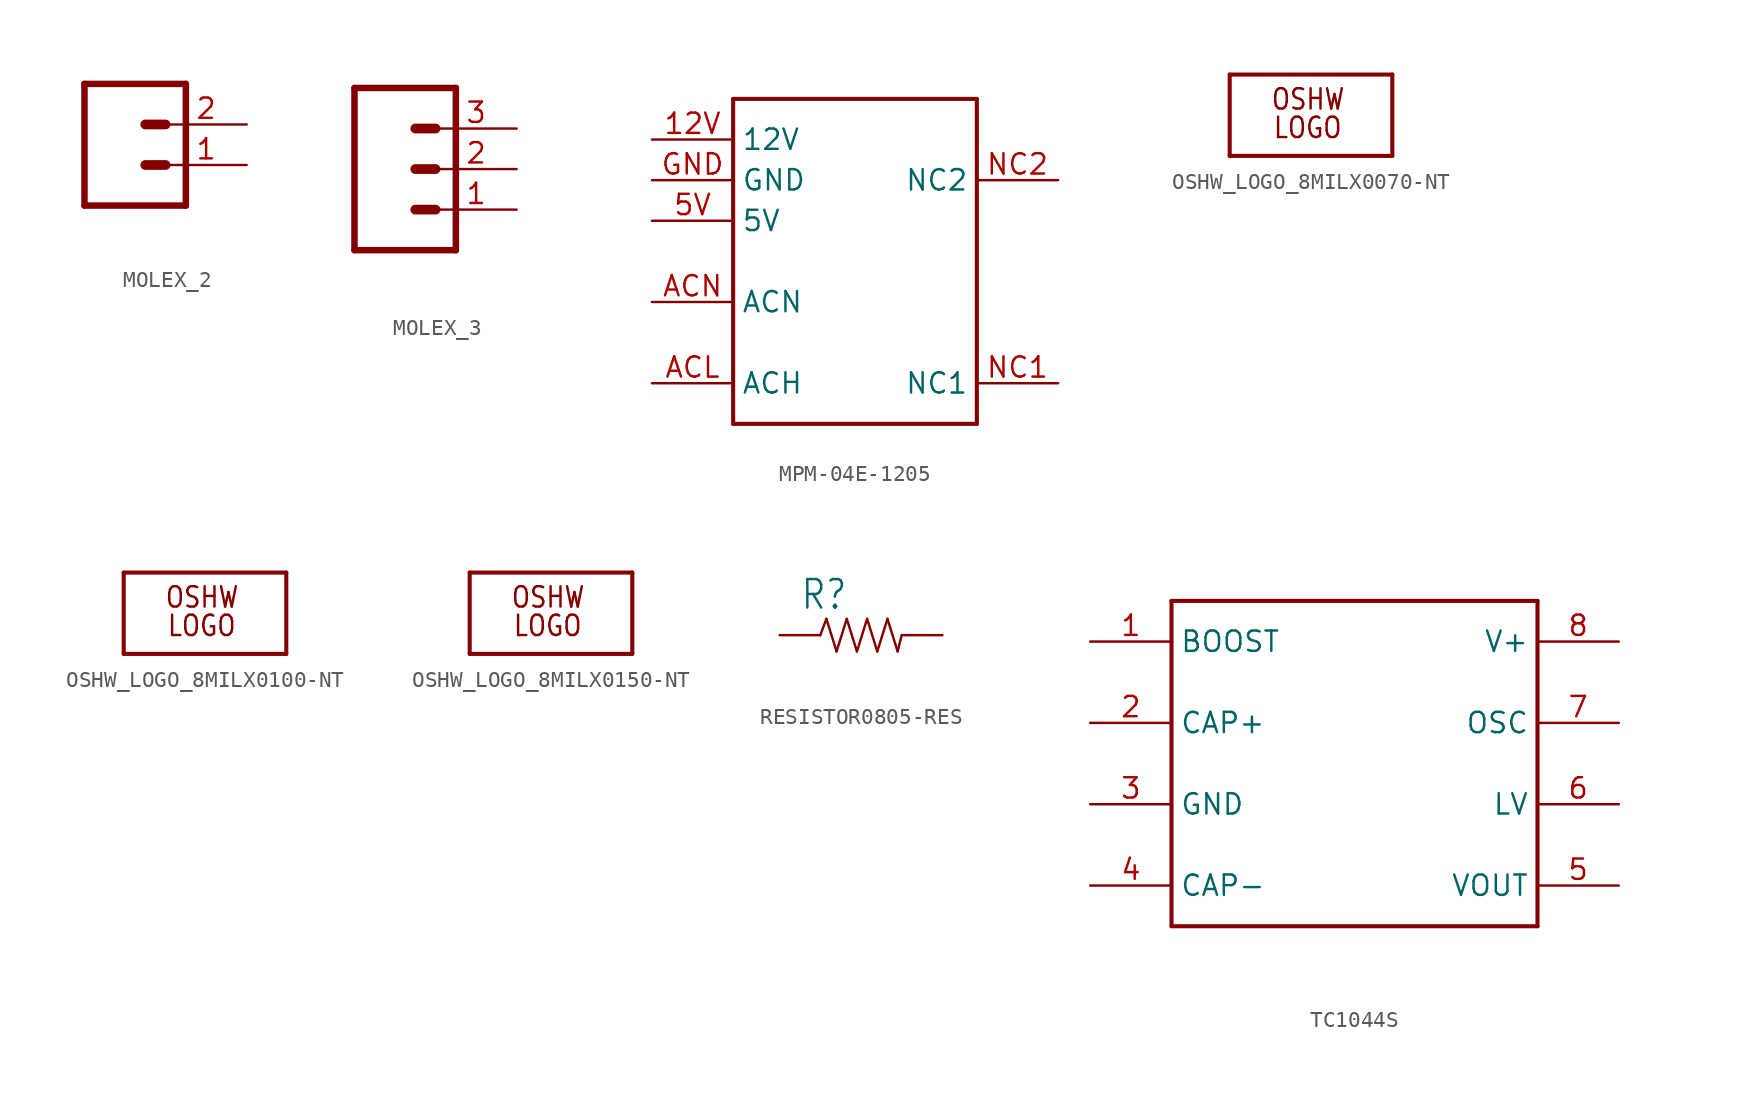
<source format=kicad_sym>
(kicad_symbol_lib
  (version 20220914)
  (generator kicad_symbol_editor)
  (symbol "MOLEX_2"
    (property "Reference" ""
      (at -2.54 5.842 0)
      (effects (font (size 1.778 1.511)) (justify left bottom) hide))
    (property "Value" ""
      (at -2.54 -5.08 0)
      (effects (font (size 1.778 1.511)) (justify left bottom)))
    (property "ki_locked" ""
      (at 0 0 0)
      (effects (font (size 1.27 1.27))))
    (symbol "MOLEX_2_1_0"
      (polyline (pts (xy -2.54 5.08) (xy -2.54 -2.54)) (stroke (width 0.406) (type solid)) (fill (type none)))
      (polyline (pts (xy -2.54 5.08) (xy 3.81 5.08)) (stroke (width 0.406) (type solid)) (fill (type none)))
      (polyline (pts (xy 1.27 0) (xy 2.54 0)) (stroke (width 0.61) (type solid)) (fill (type none)))
      (polyline (pts (xy 1.27 2.54) (xy 2.54 2.54)) (stroke (width 0.61) (type solid)) (fill (type none)))
      (polyline (pts (xy 3.81 -2.54) (xy -2.54 -2.54)) (stroke (width 0.406) (type solid)) (fill (type none)))
      (polyline (pts (xy 3.81 -2.54) (xy 3.81 5.08)) (stroke (width 0.406) (type solid)) (fill (type none)))
      (pin passive line (at 7.62 0 180) (length 5.08) (name "1" (effects (font (size 0 0)))) (number "1" (effects (font (size 1.27 1.27)))))
      (pin passive line (at 7.62 2.54 180) (length 5.08) (name "2" (effects (font (size 0 0)))) (number "2" (effects (font (size 1.27 1.27)))))))
  (symbol "MOLEX_3"
    (property "Reference" ""
      (at -2.54 5.842 0)
      (effects (font (size 1.778 1.511)) (justify left bottom) hide))
    (property "Value" ""
      (at -2.54 -7.62 0)
      (effects (font (size 1.778 1.511)) (justify left bottom)))
    (property "ki_locked" ""
      (at 0 0 0)
      (effects (font (size 1.27 1.27))))
    (symbol "MOLEX_3_1_0"
      (polyline (pts (xy -2.54 5.08) (xy -2.54 -5.08)) (stroke (width 0.406) (type solid)) (fill (type none)))
      (polyline (pts (xy -2.54 5.08) (xy 3.81 5.08)) (stroke (width 0.406) (type solid)) (fill (type none)))
      (polyline (pts (xy 1.27 -2.54) (xy 2.54 -2.54)) (stroke (width 0.61) (type solid)) (fill (type none)))
      (polyline (pts (xy 1.27 0) (xy 2.54 0)) (stroke (width 0.61) (type solid)) (fill (type none)))
      (polyline (pts (xy 1.27 2.54) (xy 2.54 2.54)) (stroke (width 0.61) (type solid)) (fill (type none)))
      (polyline (pts (xy 3.81 -5.08) (xy -2.54 -5.08)) (stroke (width 0.406) (type solid)) (fill (type none)))
      (polyline (pts (xy 3.81 -5.08) (xy 3.81 5.08)) (stroke (width 0.406) (type solid)) (fill (type none)))
      (pin passive line (at 7.62 -2.54 180) (length 5.08) (name "1" (effects (font (size 0 0)))) (number "1" (effects (font (size 1.27 1.27)))))
      (pin passive line (at 7.62 0 180) (length 5.08) (name "2" (effects (font (size 0 0)))) (number "2" (effects (font (size 1.27 1.27)))))
      (pin passive line (at 7.62 2.54 180) (length 5.08) (name "3" (effects (font (size 0 0)))) (number "3" (effects (font (size 1.27 1.27)))))))
  (symbol "MPM-04E-1205"
    (property "Reference" ""
      (at 0 0 0)
      (effects (font (size 1.27 1.27)) hide))
    (property "ki_locked" ""
      (at 0 0 0)
      (effects (font (size 1.27 1.27))))
    (symbol "MPM-04E-1205_1_0"
      (polyline (pts (xy -12.7 -12.7) (xy -12.7 7.62)) (stroke (width 0.254) (type solid)) (fill (type none)))
      (polyline (pts (xy -12.7 7.62) (xy 2.54 7.62)) (stroke (width 0.254) (type solid)) (fill (type none)))
      (polyline (pts (xy 2.54 -12.7) (xy -12.7 -12.7)) (stroke (width 0.254) (type solid)) (fill (type none)))
      (polyline (pts (xy 2.54 7.62) (xy 2.54 -12.7)) (stroke (width 0.254) (type solid)) (fill (type none)))
      (pin bidirectional line (at -17.78 5.08 0) (length 5.08) (name "12V" (effects (font (size 1.27 1.27)))) (number "12V" (effects (font (size 1.27 1.27)))))
      (pin bidirectional line (at -17.78 0 0) (length 5.08) (name "5V" (effects (font (size 1.27 1.27)))) (number "5V" (effects (font (size 1.27 1.27)))))
      (pin bidirectional line (at -17.78 -10.16 0) (length 5.08) (name "ACH" (effects (font (size 1.27 1.27)))) (number "ACL" (effects (font (size 1.27 1.27)))))
      (pin bidirectional line (at -17.78 -5.08 0) (length 5.08) (name "ACN" (effects (font (size 1.27 1.27)))) (number "ACN" (effects (font (size 1.27 1.27)))))
      (pin bidirectional line (at -17.78 2.54 0) (length 5.08) (name "GND" (effects (font (size 1.27 1.27)))) (number "GND" (effects (font (size 1.27 1.27)))))
      (pin bidirectional line (at 7.62 -10.16 180) (length 5.08) (name "NC1" (effects (font (size 1.27 1.27)))) (number "NC1" (effects (font (size 1.27 1.27)))))
      (pin bidirectional line (at 7.62 2.54 180) (length 5.08) (name "NC2" (effects (font (size 1.27 1.27)))) (number "NC2" (effects (font (size 1.27 1.27)))))))
  (symbol "OSHW_LOGO_8MILX0070-NT"
    (property "Reference" "LOGO"
      (at 0 0 0)
      (effects (font (size 1.27 1.27)) hide))
    (property "ki_locked" ""
      (at 0 0 0)
      (effects (font (size 1.27 1.27))))
    (symbol "OSHW_LOGO_8MILX0070-NT_1_0"
      (polyline (pts (xy -5.08 -2.54) (xy -5.08 2.54)) (stroke (width 0.254) (type solid)) (fill (type none)))
      (polyline (pts (xy -5.08 2.54) (xy 5.08 2.54)) (stroke (width 0.254) (type solid)) (fill (type none)))
      (polyline (pts (xy 5.08 -2.54) (xy -5.08 -2.54)) (stroke (width 0.254) (type solid)) (fill (type none)))
      (polyline (pts (xy 5.08 2.54) (xy 5.08 -2.54)) (stroke (width 0.254) (type solid)) (fill (type none)))
      (text "LOGO" (at -2.413 -1.524 0) (effects (font (size 1.27 1.079)) (justify left bottom)))
      (text "OSHW" (at -2.54 0.254 0) (effects (font (size 1.27 1.079)) (justify left bottom)))))
  (symbol "OSHW_LOGO_8MILX0100-NT"
    (property "Reference" "LOGO"
      (at 0 0 0)
      (effects (font (size 1.27 1.27)) hide))
    (property "ki_locked" ""
      (at 0 0 0)
      (effects (font (size 1.27 1.27))))
    (symbol "OSHW_LOGO_8MILX0100-NT_1_0"
      (polyline (pts (xy -5.08 -2.54) (xy -5.08 2.54)) (stroke (width 0.254) (type solid)) (fill (type none)))
      (polyline (pts (xy -5.08 2.54) (xy 5.08 2.54)) (stroke (width 0.254) (type solid)) (fill (type none)))
      (polyline (pts (xy 5.08 -2.54) (xy -5.08 -2.54)) (stroke (width 0.254) (type solid)) (fill (type none)))
      (polyline (pts (xy 5.08 2.54) (xy 5.08 -2.54)) (stroke (width 0.254) (type solid)) (fill (type none)))
      (text "LOGO" (at -2.413 -1.524 0) (effects (font (size 1.27 1.079)) (justify left bottom)))
      (text "OSHW" (at -2.54 0.254 0) (effects (font (size 1.27 1.079)) (justify left bottom)))))
  (symbol "OSHW_LOGO_8MILX0150-NT"
    (property "Reference" "LOGO"
      (at 0 0 0)
      (effects (font (size 1.27 1.27)) hide))
    (property "ki_locked" ""
      (at 0 0 0)
      (effects (font (size 1.27 1.27))))
    (symbol "OSHW_LOGO_8MILX0150-NT_1_0"
      (polyline (pts (xy -5.08 -2.54) (xy -5.08 2.54)) (stroke (width 0.254) (type solid)) (fill (type none)))
      (polyline (pts (xy -5.08 2.54) (xy 5.08 2.54)) (stroke (width 0.254) (type solid)) (fill (type none)))
      (polyline (pts (xy 5.08 -2.54) (xy -5.08 -2.54)) (stroke (width 0.254) (type solid)) (fill (type none)))
      (polyline (pts (xy 5.08 2.54) (xy 5.08 -2.54)) (stroke (width 0.254) (type solid)) (fill (type none)))
      (text "LOGO" (at -2.413 -1.524 0) (effects (font (size 1.27 1.079)) (justify left bottom)))
      (text "OSHW" (at -2.54 0.254 0) (effects (font (size 1.27 1.079)) (justify left bottom)))))
  (symbol "RESISTOR0805-RES"
    (property "Reference" "R"
      (at -3.81 1.499 0)
      (effects (font (size 1.778 1.511)) (justify left bottom)))
    (property "Value" ""
      (at -3.81 -3.302 0)
      (effects (font (size 1.778 1.511)) (justify left bottom)))
    (property "ki_locked" ""
      (at 0 0 0)
      (effects (font (size 1.27 1.27))))
    (symbol "RESISTOR0805-RES_1_0"
      (polyline (pts (xy -2.54 0) (xy -2.159 1.016)) (stroke (width 0.152) (type solid)) (fill (type none)))
      (polyline (pts (xy -2.159 1.016) (xy -1.524 -1.016)) (stroke (width 0.152) (type solid)) (fill (type none)))
      (polyline (pts (xy -1.524 -1.016) (xy -0.889 1.016)) (stroke (width 0.152) (type solid)) (fill (type none)))
      (polyline (pts (xy -0.889 1.016) (xy -0.254 -1.016)) (stroke (width 0.152) (type solid)) (fill (type none)))
      (polyline (pts (xy -0.254 -1.016) (xy 0.381 1.016)) (stroke (width 0.152) (type solid)) (fill (type none)))
      (polyline (pts (xy 0.381 1.016) (xy 1.016 -1.016)) (stroke (width 0.152) (type solid)) (fill (type none)))
      (polyline (pts (xy 1.016 -1.016) (xy 1.651 1.016)) (stroke (width 0.152) (type solid)) (fill (type none)))
      (polyline (pts (xy 1.651 1.016) (xy 2.286 -1.016)) (stroke (width 0.152) (type solid)) (fill (type none)))
      (polyline (pts (xy 2.286 -1.016) (xy 2.54 0)) (stroke (width 0.152) (type solid)) (fill (type none)))
      (pin passive line (at -5.08 0 0) (length 2.54) (name "1" (effects (font (size 0 0)))) (number "1" (effects (font (size 0 0)))))
      (pin passive line (at 5.08 0 180) (length 2.54) (name "2" (effects (font (size 0 0)))) (number "2" (effects (font (size 0 0)))))))
  (symbol "TC1044S"
    (property "Reference" ""
      (at 2.54 12.7 0)
      (effects (font (size 1.27 1.079)) (justify left bottom) hide))
    (property "Value" ""
      (at 2.54 -12.7 0)
      (effects (font (size 1.27 1.079)) (justify left bottom)))
    (property "ki_locked" ""
      (at 0 0 0)
      (effects (font (size 1.27 1.27))))
    (symbol "TC1044S_1_0"
      (polyline (pts (xy -10.16 -10.16) (xy -10.16 10.16)) (stroke (width 0.254) (type solid)) (fill (type none)))
      (polyline (pts (xy -10.16 10.16) (xy 12.7 10.16)) (stroke (width 0.254) (type solid)) (fill (type none)))
      (polyline (pts (xy 12.7 -10.16) (xy -10.16 -10.16)) (stroke (width 0.254) (type solid)) (fill (type none)))
      (polyline (pts (xy 12.7 10.16) (xy 12.7 -10.16)) (stroke (width 0.254) (type solid)) (fill (type none)))
      (pin bidirectional line (at -15.24 7.62 0) (length 5.08) (name "BOOST" (effects (font (size 1.27 1.27)))) (number "1" (effects (font (size 1.27 1.27)))))
      (pin bidirectional line (at -15.24 2.54 0) (length 5.08) (name "CAP+" (effects (font (size 1.27 1.27)))) (number "2" (effects (font (size 1.27 1.27)))))
      (pin bidirectional line (at -15.24 -2.54 0) (length 5.08) (name "GND" (effects (font (size 1.27 1.27)))) (number "3" (effects (font (size 1.27 1.27)))))
      (pin bidirectional line (at -15.24 -7.62 0) (length 5.08) (name "CAP-" (effects (font (size 1.27 1.27)))) (number "4" (effects (font (size 1.27 1.27)))))
      (pin bidirectional line (at 17.78 -7.62 180) (length 5.08) (name "VOUT" (effects (font (size 1.27 1.27)))) (number "5" (effects (font (size 1.27 1.27)))))
      (pin bidirectional line (at 17.78 -2.54 180) (length 5.08) (name "LV" (effects (font (size 1.27 1.27)))) (number "6" (effects (font (size 1.27 1.27)))))
      (pin bidirectional line (at 17.78 2.54 180) (length 5.08) (name "OSC" (effects (font (size 1.27 1.27)))) (number "7" (effects (font (size 1.27 1.27)))))
      (pin bidirectional line (at 17.78 7.62 180) (length 5.08) (name "V+" (effects (font (size 1.27 1.27)))) (number "8" (effects (font (size 1.27 1.27))))))))
</source>
